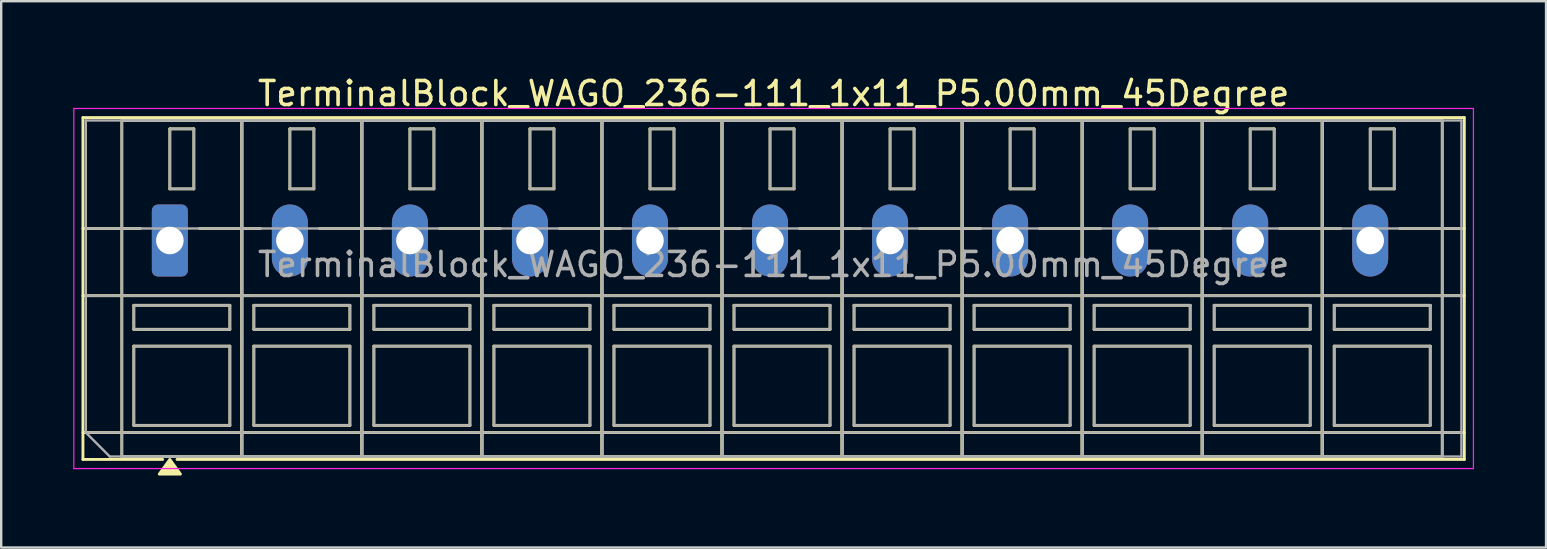
<source format=kicad_pcb>
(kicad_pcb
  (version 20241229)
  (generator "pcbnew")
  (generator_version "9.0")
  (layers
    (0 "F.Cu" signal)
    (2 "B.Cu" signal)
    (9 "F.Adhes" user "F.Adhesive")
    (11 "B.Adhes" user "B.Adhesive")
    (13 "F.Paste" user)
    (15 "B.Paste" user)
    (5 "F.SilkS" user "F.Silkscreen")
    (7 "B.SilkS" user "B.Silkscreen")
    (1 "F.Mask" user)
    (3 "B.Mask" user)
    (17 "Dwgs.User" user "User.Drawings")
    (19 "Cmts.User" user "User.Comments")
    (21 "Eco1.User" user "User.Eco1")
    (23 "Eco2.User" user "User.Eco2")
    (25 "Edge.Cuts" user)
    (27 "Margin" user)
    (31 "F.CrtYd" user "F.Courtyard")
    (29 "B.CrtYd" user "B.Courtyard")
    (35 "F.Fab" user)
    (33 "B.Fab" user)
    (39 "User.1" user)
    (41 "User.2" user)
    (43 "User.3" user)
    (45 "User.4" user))
  (footprint "TerminalBlock_WAGO_236-111_1x11_P5.00mm_45Degree"
    (layer "F.Cu")
    (at 4.025 6.968)
    (property "Reference" "TerminalBlock_WAGO_236-111_1x11_P5.00mm_45Degree" (at 25.15 -6.12 0) (layer "F.SilkS") (effects (font (size 1 1) (thickness 0.15))))
    (attr through_hole)
    (fp_line (start -3.62 -5.12) (end 53.92 -5.12) (stroke (width 0.12) (type solid)) (layer "F.SilkS"))
    (fp_line (start -3.62 -0.5) (end -1.23 -0.5) (stroke (width 0.12) (type solid)) (layer "F.SilkS"))
    (fp_line (start -3.62 2.3) (end 53.92 2.3) (stroke (width 0.12) (type solid)) (layer "F.SilkS"))
    (fp_line (start -3.62 8) (end 53.92 8) (stroke (width 0.12) (type solid)) (layer "F.SilkS"))
    (fp_line (start -3.62 9.12) (end -3.62 -5.12) (stroke (width 0.12) (type solid)) (layer "F.SilkS"))
    (fp_line (start -2 -5) (end 3 -5) (stroke (width 0.12) (type solid)) (layer "F.SilkS"))
    (fp_line (start -2 9) (end -2 -5) (stroke (width 0.12) (type solid)) (layer "F.SilkS"))
    (fp_line (start -1.5 2.7) (end 2.5 2.7) (stroke (width 0.12) (type solid)) (layer "F.SilkS"))
    (fp_line (start -1.5 3.7) (end -1.5 2.7) (stroke (width 0.12) (type solid)) (layer "F.SilkS"))
    (fp_line (start -1.5 4.4) (end 2.5 4.4) (stroke (width 0.12) (type solid)) (layer "F.SilkS"))
    (fp_line (start -1.5 7.7) (end -1.5 4.4) (stroke (width 0.12) (type solid)) (layer "F.SilkS"))
    (fp_line (start -0.3 9.12) (end -3.62 9.12) (stroke (width 0.12) (type solid)) (layer "F.SilkS"))
    (fp_line (start 0 -4.65) (end 1 -4.65) (stroke (width 0.12) (type solid)) (layer "F.SilkS"))
    (fp_line (start 0 -2.15) (end 0 -4.65) (stroke (width 0.12) (type solid)) (layer "F.SilkS"))
    (fp_line (start 1 -4.65) (end 1 -2.15) (stroke (width 0.12) (type solid)) (layer "F.SilkS"))
    (fp_line (start 1 -2.15) (end 0 -2.15) (stroke (width 0.12) (type solid)) (layer "F.SilkS"))
    (fp_line (start 1.23 -0.5) (end 3.77 -0.5) (stroke (width 0.12) (type solid)) (layer "F.SilkS"))
    (fp_line (start 2.5 2.7) (end 2.5 3.7) (stroke (width 0.12) (type solid)) (layer "F.SilkS"))
    (fp_line (start 2.5 3.7) (end -1.5 3.7) (stroke (width 0.12) (type solid)) (layer "F.SilkS"))
    (fp_line (start 2.5 4.4) (end 2.5 7.7) (stroke (width 0.12) (type solid)) (layer "F.SilkS"))
    (fp_line (start 2.5 7.7) (end -1.5 7.7) (stroke (width 0.12) (type solid)) (layer "F.SilkS"))
    (fp_line (start 3 -5) (end 3 9) (stroke (width 0.12) (type solid)) (layer "F.SilkS"))
    (fp_line (start 3 -5) (end 8 -5) (stroke (width 0.12) (type solid)) (layer "F.SilkS"))
    (fp_line (start 3 9) (end -2 9) (stroke (width 0.12) (type solid)) (layer "F.SilkS"))
    (fp_line (start 3 9) (end 3 -5) (stroke (width 0.12) (type solid)) (layer "F.SilkS"))
    (fp_line (start 3.5 2.7) (end 7.5 2.7) (stroke (width 0.12) (type solid)) (layer "F.SilkS"))
    (fp_line (start 3.5 3.7) (end 3.5 2.7) (stroke (width 0.12) (type solid)) (layer "F.SilkS"))
    (fp_line (start 3.5 4.4) (end 7.5 4.4) (stroke (width 0.12) (type solid)) (layer "F.SilkS"))
    (fp_line (start 3.5 7.7) (end 3.5 4.4) (stroke (width 0.12) (type solid)) (layer "F.SilkS"))
    (fp_line (start 5 -4.65) (end 6 -4.65) (stroke (width 0.12) (type solid)) (layer "F.SilkS"))
    (fp_line (start 5 -2.15) (end 5 -4.65) (stroke (width 0.12) (type solid)) (layer "F.SilkS"))
    (fp_line (start 6 -4.65) (end 6 -2.15) (stroke (width 0.12) (type solid)) (layer "F.SilkS"))
    (fp_line (start 6 -2.15) (end 5 -2.15) (stroke (width 0.12) (type solid)) (layer "F.SilkS"))
    (fp_line (start 6.23 -0.5) (end 8.77 -0.5) (stroke (width 0.12) (type solid)) (layer "F.SilkS"))
    (fp_line (start 7.5 2.7) (end 7.5 3.7) (stroke (width 0.12) (type solid)) (layer "F.SilkS"))
    (fp_line (start 7.5 3.7) (end 3.5 3.7) (stroke (width 0.12) (type solid)) (layer "F.SilkS"))
    (fp_line (start 7.5 4.4) (end 7.5 7.7) (stroke (width 0.12) (type solid)) (layer "F.SilkS"))
    (fp_line (start 7.5 7.7) (end 3.5 7.7) (stroke (width 0.12) (type solid)) (layer "F.SilkS"))
    (fp_line (start 8 -5) (end 8 9) (stroke (width 0.12) (type solid)) (layer "F.SilkS"))
    (fp_line (start 8 -5) (end 13 -5) (stroke (width 0.12) (type solid)) (layer "F.SilkS"))
    (fp_line (start 8 9) (end 3 9) (stroke (width 0.12) (type solid)) (layer "F.SilkS"))
    (fp_line (start 8 9) (end 8 -5) (stroke (width 0.12) (type solid)) (layer "F.SilkS"))
    (fp_line (start 8.5 2.7) (end 12.5 2.7) (stroke (width 0.12) (type solid)) (layer "F.SilkS"))
    (fp_line (start 8.5 3.7) (end 8.5 2.7) (stroke (width 0.12) (type solid)) (layer "F.SilkS"))
    (fp_line (start 8.5 4.4) (end 12.5 4.4) (stroke (width 0.12) (type solid)) (layer "F.SilkS"))
    (fp_line (start 8.5 7.7) (end 8.5 4.4) (stroke (width 0.12) (type solid)) (layer "F.SilkS"))
    (fp_line (start 10 -4.65) (end 11 -4.65) (stroke (width 0.12) (type solid)) (layer "F.SilkS"))
    (fp_line (start 10 -2.15) (end 10 -4.65) (stroke (width 0.12) (type solid)) (layer "F.SilkS"))
    (fp_line (start 11 -4.65) (end 11 -2.15) (stroke (width 0.12) (type solid)) (layer "F.SilkS"))
    (fp_line (start 11 -2.15) (end 10 -2.15) (stroke (width 0.12) (type solid)) (layer "F.SilkS"))
    (fp_line (start 11.23 -0.5) (end 13.77 -0.5) (stroke (width 0.12) (type solid)) (layer "F.SilkS"))
    (fp_line (start 12.5 2.7) (end 12.5 3.7) (stroke (width 0.12) (type solid)) (layer "F.SilkS"))
    (fp_line (start 12.5 3.7) (end 8.5 3.7) (stroke (width 0.12) (type solid)) (layer "F.SilkS"))
    (fp_line (start 12.5 4.4) (end 12.5 7.7) (stroke (width 0.12) (type solid)) (layer "F.SilkS"))
    (fp_line (start 12.5 7.7) (end 8.5 7.7) (stroke (width 0.12) (type solid)) (layer "F.SilkS"))
    (fp_line (start 13 -5) (end 13 9) (stroke (width 0.12) (type solid)) (layer "F.SilkS"))
    (fp_line (start 13 -5) (end 18 -5) (stroke (width 0.12) (type solid)) (layer "F.SilkS"))
    (fp_line (start 13 9) (end 8 9) (stroke (width 0.12) (type solid)) (layer "F.SilkS"))
    (fp_line (start 13 9) (end 13 -5) (stroke (width 0.12) (type solid)) (layer "F.SilkS"))
    (fp_line (start 13.5 2.7) (end 17.5 2.7) (stroke (width 0.12) (type solid)) (layer "F.SilkS"))
    (fp_line (start 13.5 3.7) (end 13.5 2.7) (stroke (width 0.12) (type solid)) (layer "F.SilkS"))
    (fp_line (start 13.5 4.4) (end 17.5 4.4) (stroke (width 0.12) (type solid)) (layer "F.SilkS"))
    (fp_line (start 13.5 7.7) (end 13.5 4.4) (stroke (width 0.12) (type solid)) (layer "F.SilkS"))
    (fp_line (start 15 -4.65) (end 16 -4.65) (stroke (width 0.12) (type solid)) (layer "F.SilkS"))
    (fp_line (start 15 -2.15) (end 15 -4.65) (stroke (width 0.12) (type solid)) (layer "F.SilkS"))
    (fp_line (start 16 -4.65) (end 16 -2.15) (stroke (width 0.12) (type solid)) (layer "F.SilkS"))
    (fp_line (start 16 -2.15) (end 15 -2.15) (stroke (width 0.12) (type solid)) (layer "F.SilkS"))
    (fp_line (start 16.23 -0.5) (end 18.77 -0.5) (stroke (width 0.12) (type solid)) (layer "F.SilkS"))
    (fp_line (start 17.5 2.7) (end 17.5 3.7) (stroke (width 0.12) (type solid)) (layer "F.SilkS"))
    (fp_line (start 17.5 3.7) (end 13.5 3.7) (stroke (width 0.12) (type solid)) (layer "F.SilkS"))
    (fp_line (start 17.5 4.4) (end 17.5 7.7) (stroke (width 0.12) (type solid)) (layer "F.SilkS"))
    (fp_line (start 17.5 7.7) (end 13.5 7.7) (stroke (width 0.12) (type solid)) (layer "F.SilkS"))
    (fp_line (start 18 -5) (end 18 9) (stroke (width 0.12) (type solid)) (layer "F.SilkS"))
    (fp_line (start 18 -5) (end 23 -5) (stroke (width 0.12) (type solid)) (layer "F.SilkS"))
    (fp_line (start 18 9) (end 13 9) (stroke (width 0.12) (type solid)) (layer "F.SilkS"))
    (fp_line (start 18 9) (end 18 -5) (stroke (width 0.12) (type solid)) (layer "F.SilkS"))
    (fp_line (start 18.5 2.7) (end 22.5 2.7) (stroke (width 0.12) (type solid)) (layer "F.SilkS"))
    (fp_line (start 18.5 3.7) (end 18.5 2.7) (stroke (width 0.12) (type solid)) (layer "F.SilkS"))
    (fp_line (start 18.5 4.4) (end 22.5 4.4) (stroke (width 0.12) (type solid)) (layer "F.SilkS"))
    (fp_line (start 18.5 7.7) (end 18.5 4.4) (stroke (width 0.12) (type solid)) (layer "F.SilkS"))
    (fp_line (start 20 -4.65) (end 21 -4.65) (stroke (width 0.12) (type solid)) (layer "F.SilkS"))
    (fp_line (start 20 -2.15) (end 20 -4.65) (stroke (width 0.12) (type solid)) (layer "F.SilkS"))
    (fp_line (start 21 -4.65) (end 21 -2.15) (stroke (width 0.12) (type solid)) (layer "F.SilkS"))
    (fp_line (start 21 -2.15) (end 20 -2.15) (stroke (width 0.12) (type solid)) (layer "F.SilkS"))
    (fp_line (start 21.23 -0.5) (end 23.77 -0.5) (stroke (width 0.12) (type solid)) (layer "F.SilkS"))
    (fp_line (start 22.5 2.7) (end 22.5 3.7) (stroke (width 0.12) (type solid)) (layer "F.SilkS"))
    (fp_line (start 22.5 3.7) (end 18.5 3.7) (stroke (width 0.12) (type solid)) (layer "F.SilkS"))
    (fp_line (start 22.5 4.4) (end 22.5 7.7) (stroke (width 0.12) (type solid)) (layer "F.SilkS"))
    (fp_line (start 22.5 7.7) (end 18.5 7.7) (stroke (width 0.12) (type solid)) (layer "F.SilkS"))
    (fp_line (start 23 -5) (end 23 9) (stroke (width 0.12) (type solid)) (layer "F.SilkS"))
    (fp_line (start 23 -5) (end 28 -5) (stroke (width 0.12) (type solid)) (layer "F.SilkS"))
    (fp_line (start 23 9) (end 18 9) (stroke (width 0.12) (type solid)) (layer "F.SilkS"))
    (fp_line (start 23 9) (end 23 -5) (stroke (width 0.12) (type solid)) (layer "F.SilkS"))
    (fp_line (start 23.5 2.7) (end 27.5 2.7) (stroke (width 0.12) (type solid)) (layer "F.SilkS"))
    (fp_line (start 23.5 3.7) (end 23.5 2.7) (stroke (width 0.12) (type solid)) (layer "F.SilkS"))
    (fp_line (start 23.5 4.4) (end 27.5 4.4) (stroke (width 0.12) (type solid)) (layer "F.SilkS"))
    (fp_line (start 23.5 7.7) (end 23.5 4.4) (stroke (width 0.12) (type solid)) (layer "F.SilkS"))
    (fp_line (start 25 -4.65) (end 26 -4.65) (stroke (width 0.12) (type solid)) (layer "F.SilkS"))
    (fp_line (start 25 -2.15) (end 25 -4.65) (stroke (width 0.12) (type solid)) (layer "F.SilkS"))
    (fp_line (start 26 -4.65) (end 26 -2.15) (stroke (width 0.12) (type solid)) (layer "F.SilkS"))
    (fp_line (start 26 -2.15) (end 25 -2.15) (stroke (width 0.12) (type solid)) (layer "F.SilkS"))
    (fp_line (start 26.23 -0.5) (end 28.77 -0.5) (stroke (width 0.12) (type solid)) (layer "F.SilkS"))
    (fp_line (start 27.5 2.7) (end 27.5 3.7) (stroke (width 0.12) (type solid)) (layer "F.SilkS"))
    (fp_line (start 27.5 3.7) (end 23.5 3.7) (stroke (width 0.12) (type solid)) (layer "F.SilkS"))
    (fp_line (start 27.5 4.4) (end 27.5 7.7) (stroke (width 0.12) (type solid)) (layer "F.SilkS"))
    (fp_line (start 27.5 7.7) (end 23.5 7.7) (stroke (width 0.12) (type solid)) (layer "F.SilkS"))
    (fp_line (start 28 -5) (end 28 9) (stroke (width 0.12) (type solid)) (layer "F.SilkS"))
    (fp_line (start 28 -5) (end 33 -5) (stroke (width 0.12) (type solid)) (layer "F.SilkS"))
    (fp_line (start 28 9) (end 23 9) (stroke (width 0.12) (type solid)) (layer "F.SilkS"))
    (fp_line (start 28 9) (end 28 -5) (stroke (width 0.12) (type solid)) (layer "F.SilkS"))
    (fp_line (start 28.5 2.7) (end 32.5 2.7) (stroke (width 0.12) (type solid)) (layer "F.SilkS"))
    (fp_line (start 28.5 3.7) (end 28.5 2.7) (stroke (width 0.12) (type solid)) (layer "F.SilkS"))
    (fp_line (start 28.5 4.4) (end 32.5 4.4) (stroke (width 0.12) (type solid)) (layer "F.SilkS"))
    (fp_line (start 28.5 7.7) (end 28.5 4.4) (stroke (width 0.12) (type solid)) (layer "F.SilkS"))
    (fp_line (start 30 -4.65) (end 31 -4.65) (stroke (width 0.12) (type solid)) (layer "F.SilkS"))
    (fp_line (start 30 -2.15) (end 30 -4.65) (stroke (width 0.12) (type solid)) (layer "F.SilkS"))
    (fp_line (start 31 -4.65) (end 31 -2.15) (stroke (width 0.12) (type solid)) (layer "F.SilkS"))
    (fp_line (start 31 -2.15) (end 30 -2.15) (stroke (width 0.12) (type solid)) (layer "F.SilkS"))
    (fp_line (start 31.23 -0.5) (end 33.77 -0.5) (stroke (width 0.12) (type solid)) (layer "F.SilkS"))
    (fp_line (start 32.5 2.7) (end 32.5 3.7) (stroke (width 0.12) (type solid)) (layer "F.SilkS"))
    (fp_line (start 32.5 3.7) (end 28.5 3.7) (stroke (width 0.12) (type solid)) (layer "F.SilkS"))
    (fp_line (start 32.5 4.4) (end 32.5 7.7) (stroke (width 0.12) (type solid)) (layer "F.SilkS"))
    (fp_line (start 32.5 7.7) (end 28.5 7.7) (stroke (width 0.12) (type solid)) (layer "F.SilkS"))
    (fp_line (start 33 -5) (end 33 9) (stroke (width 0.12) (type solid)) (layer "F.SilkS"))
    (fp_line (start 33 -5) (end 38 -5) (stroke (width 0.12) (type solid)) (layer "F.SilkS"))
    (fp_line (start 33 9) (end 28 9) (stroke (width 0.12) (type solid)) (layer "F.SilkS"))
    (fp_line (start 33 9) (end 33 -5) (stroke (width 0.12) (type solid)) (layer "F.SilkS"))
    (fp_line (start 33.5 2.7) (end 37.5 2.7) (stroke (width 0.12) (type solid)) (layer "F.SilkS"))
    (fp_line (start 33.5 3.7) (end 33.5 2.7) (stroke (width 0.12) (type solid)) (layer "F.SilkS"))
    (fp_line (start 33.5 4.4) (end 37.5 4.4) (stroke (width 0.12) (type solid)) (layer "F.SilkS"))
    (fp_line (start 33.5 7.7) (end 33.5 4.4) (stroke (width 0.12) (type solid)) (layer "F.SilkS"))
    (fp_line (start 35 -4.65) (end 36 -4.65) (stroke (width 0.12) (type solid)) (layer "F.SilkS"))
    (fp_line (start 35 -2.15) (end 35 -4.65) (stroke (width 0.12) (type solid)) (layer "F.SilkS"))
    (fp_line (start 36 -4.65) (end 36 -2.15) (stroke (width 0.12) (type solid)) (layer "F.SilkS"))
    (fp_line (start 36 -2.15) (end 35 -2.15) (stroke (width 0.12) (type solid)) (layer "F.SilkS"))
    (fp_line (start 36.23 -0.5) (end 38.77 -0.5) (stroke (width 0.12) (type solid)) (layer "F.SilkS"))
    (fp_line (start 37.5 2.7) (end 37.5 3.7) (stroke (width 0.12) (type solid)) (layer "F.SilkS"))
    (fp_line (start 37.5 3.7) (end 33.5 3.7) (stroke (width 0.12) (type solid)) (layer "F.SilkS"))
    (fp_line (start 37.5 4.4) (end 37.5 7.7) (stroke (width 0.12) (type solid)) (layer "F.SilkS"))
    (fp_line (start 37.5 7.7) (end 33.5 7.7) (stroke (width 0.12) (type solid)) (layer "F.SilkS"))
    (fp_line (start 38 -5) (end 38 9) (stroke (width 0.12) (type solid)) (layer "F.SilkS"))
    (fp_line (start 38 -5) (end 43 -5) (stroke (width 0.12) (type solid)) (layer "F.SilkS"))
    (fp_line (start 38 9) (end 33 9) (stroke (width 0.12) (type solid)) (layer "F.SilkS"))
    (fp_line (start 38 9) (end 38 -5) (stroke (width 0.12) (type solid)) (layer "F.SilkS"))
    (fp_line (start 38.5 2.7) (end 42.5 2.7) (stroke (width 0.12) (type solid)) (layer "F.SilkS"))
    (fp_line (start 38.5 3.7) (end 38.5 2.7) (stroke (width 0.12) (type solid)) (layer "F.SilkS"))
    (fp_line (start 38.5 4.4) (end 42.5 4.4) (stroke (width 0.12) (type solid)) (layer "F.SilkS"))
    (fp_line (start 38.5 7.7) (end 38.5 4.4) (stroke (width 0.12) (type solid)) (layer "F.SilkS"))
    (fp_line (start 40 -4.65) (end 41 -4.65) (stroke (width 0.12) (type solid)) (layer "F.SilkS"))
    (fp_line (start 40 -2.15) (end 40 -4.65) (stroke (width 0.12) (type solid)) (layer "F.SilkS"))
    (fp_line (start 41 -4.65) (end 41 -2.15) (stroke (width 0.12) (type solid)) (layer "F.SilkS"))
    (fp_line (start 41 -2.15) (end 40 -2.15) (stroke (width 0.12) (type solid)) (layer "F.SilkS"))
    (fp_line (start 41.23 -0.5) (end 43.77 -0.5) (stroke (width 0.12) (type solid)) (layer "F.SilkS"))
    (fp_line (start 42.5 2.7) (end 42.5 3.7) (stroke (width 0.12) (type solid)) (layer "F.SilkS"))
    (fp_line (start 42.5 3.7) (end 38.5 3.7) (stroke (width 0.12) (type solid)) (layer "F.SilkS"))
    (fp_line (start 42.5 4.4) (end 42.5 7.7) (stroke (width 0.12) (type solid)) (layer "F.SilkS"))
    (fp_line (start 42.5 7.7) (end 38.5 7.7) (stroke (width 0.12) (type solid)) (layer "F.SilkS"))
    (fp_line (start 43 -5) (end 43 9) (stroke (width 0.12) (type solid)) (layer "F.SilkS"))
    (fp_line (start 43 -5) (end 48 -5) (stroke (width 0.12) (type solid)) (layer "F.SilkS"))
    (fp_line (start 43 9) (end 38 9) (stroke (width 0.12) (type solid)) (layer "F.SilkS"))
    (fp_line (start 43 9) (end 43 -5) (stroke (width 0.12) (type solid)) (layer "F.SilkS"))
    (fp_line (start 43.5 2.7) (end 47.5 2.7) (stroke (width 0.12) (type solid)) (layer "F.SilkS"))
    (fp_line (start 43.5 3.7) (end 43.5 2.7) (stroke (width 0.12) (type solid)) (layer "F.SilkS"))
    (fp_line (start 43.5 4.4) (end 47.5 4.4) (stroke (width 0.12) (type solid)) (layer "F.SilkS"))
    (fp_line (start 43.5 7.7) (end 43.5 4.4) (stroke (width 0.12) (type solid)) (layer "F.SilkS"))
    (fp_line (start 45 -4.65) (end 46 -4.65) (stroke (width 0.12) (type solid)) (layer "F.SilkS"))
    (fp_line (start 45 -2.15) (end 45 -4.65) (stroke (width 0.12) (type solid)) (layer "F.SilkS"))
    (fp_line (start 46 -4.65) (end 46 -2.15) (stroke (width 0.12) (type solid)) (layer "F.SilkS"))
    (fp_line (start 46 -2.15) (end 45 -2.15) (stroke (width 0.12) (type solid)) (layer "F.SilkS"))
    (fp_line (start 46.23 -0.5) (end 48.77 -0.5) (stroke (width 0.12) (type solid)) (layer "F.SilkS"))
    (fp_line (start 47.5 2.7) (end 47.5 3.7) (stroke (width 0.12) (type solid)) (layer "F.SilkS"))
    (fp_line (start 47.5 3.7) (end 43.5 3.7) (stroke (width 0.12) (type solid)) (layer "F.SilkS"))
    (fp_line (start 47.5 4.4) (end 47.5 7.7) (stroke (width 0.12) (type solid)) (layer "F.SilkS"))
    (fp_line (start 47.5 7.7) (end 43.5 7.7) (stroke (width 0.12) (type solid)) (layer "F.SilkS"))
    (fp_line (start 48 -5) (end 48 9) (stroke (width 0.12) (type solid)) (layer "F.SilkS"))
    (fp_line (start 48 -5) (end 53 -5) (stroke (width 0.12) (type solid)) (layer "F.SilkS"))
    (fp_line (start 48 9) (end 43 9) (stroke (width 0.12) (type solid)) (layer "F.SilkS"))
    (fp_line (start 48 9) (end 48 -5) (stroke (width 0.12) (type solid)) (layer "F.SilkS"))
    (fp_line (start 48.5 2.7) (end 52.5 2.7) (stroke (width 0.12) (type solid)) (layer "F.SilkS"))
    (fp_line (start 48.5 3.7) (end 48.5 2.7) (stroke (width 0.12) (type solid)) (layer "F.SilkS"))
    (fp_line (start 48.5 4.4) (end 52.5 4.4) (stroke (width 0.12) (type solid)) (layer "F.SilkS"))
    (fp_line (start 48.5 7.7) (end 48.5 4.4) (stroke (width 0.12) (type solid)) (layer "F.SilkS"))
    (fp_line (start 50 -4.65) (end 51 -4.65) (stroke (width 0.12) (type solid)) (layer "F.SilkS"))
    (fp_line (start 50 -2.15) (end 50 -4.65) (stroke (width 0.12) (type solid)) (layer "F.SilkS"))
    (fp_line (start 51 -4.65) (end 51 -2.15) (stroke (width 0.12) (type solid)) (layer "F.SilkS"))
    (fp_line (start 51 -2.15) (end 50 -2.15) (stroke (width 0.12) (type solid)) (layer "F.SilkS"))
    (fp_line (start 51.23 -0.5) (end 53.92 -0.5) (stroke (width 0.12) (type solid)) (layer "F.SilkS"))
    (fp_line (start 52.5 2.7) (end 52.5 3.7) (stroke (width 0.12) (type solid)) (layer "F.SilkS"))
    (fp_line (start 52.5 3.7) (end 48.5 3.7) (stroke (width 0.12) (type solid)) (layer "F.SilkS"))
    (fp_line (start 52.5 4.4) (end 52.5 7.7) (stroke (width 0.12) (type solid)) (layer "F.SilkS"))
    (fp_line (start 52.5 7.7) (end 48.5 7.7) (stroke (width 0.12) (type solid)) (layer "F.SilkS"))
    (fp_line (start 53 -5) (end 53 9) (stroke (width 0.12) (type solid)) (layer "F.SilkS"))
    (fp_line (start 53 9) (end 48 9) (stroke (width 0.12) (type solid)) (layer "F.SilkS"))
    (fp_line (start 53.92 -5.12) (end 53.92 9.12) (stroke (width 0.12) (type solid)) (layer "F.SilkS"))
    (fp_line (start 53.92 9.12) (end 0.3 9.12) (stroke (width 0.12) (type solid)) (layer "F.SilkS"))
    (fp_poly (pts (xy 0 9.12) (xy 0.44 9.73) (xy -0.44 9.73)) (stroke (width 0.12) (type solid)) (fill yes) (layer "F.SilkS"))
    (fp_line (start -4 -5.5) (end -4 9.5) (stroke (width 0.05) (type solid)) (layer "F.CrtYd"))
    (fp_line (start -4 9.5) (end 54.3 9.5) (stroke (width 0.05) (type solid)) (layer "F.CrtYd"))
    (fp_line (start 54.3 -5.5) (end -4 -5.5) (stroke (width 0.05) (type solid)) (layer "F.CrtYd"))
    (fp_line (start 54.3 9.5) (end 54.3 -5.5) (stroke (width 0.05) (type solid)) (layer "F.CrtYd"))
    (fp_line (start -3.5 -5) (end 53.8 -5) (stroke (width 0.1) (type solid)) (layer "F.Fab"))
    (fp_line (start -3.5 -0.5) (end 53.8 -0.5) (stroke (width 0.1) (type solid)) (layer "F.Fab"))
    (fp_line (start -3.5 2.3) (end 53.8 2.3) (stroke (width 0.1) (type solid)) (layer "F.Fab"))
    (fp_line (start -3.5 8) (end -3.5 -5) (stroke (width 0.1) (type solid)) (layer "F.Fab"))
    (fp_line (start -3.5 8) (end 53.8 8) (stroke (width 0.1) (type solid)) (layer "F.Fab"))
    (fp_line (start -2.5 9) (end -3.5 8) (stroke (width 0.1) (type solid)) (layer "F.Fab"))
    (fp_line (start -2 -5) (end -2 9) (stroke (width 0.1) (type solid)) (layer "F.Fab"))
    (fp_line (start -2 9) (end 3 9) (stroke (width 0.1) (type solid)) (layer "F.Fab"))
    (fp_line (start -1.5 2.7) (end -1.5 3.7) (stroke (width 0.1) (type solid)) (layer "F.Fab"))
    (fp_line (start -1.5 3.7) (end 2.5 3.7) (stroke (width 0.1) (type solid)) (layer "F.Fab"))
    (fp_line (start -1.5 4.4) (end -1.5 7.7) (stroke (width 0.1) (type solid)) (layer "F.Fab"))
    (fp_line (start -1.5 7.7) (end 2.5 7.7) (stroke (width 0.1) (type solid)) (layer "F.Fab"))
    (fp_line (start 0 -4.65) (end 0 -2.15) (stroke (width 0.1) (type solid)) (layer "F.Fab"))
    (fp_line (start 0 -2.15) (end 1 -2.15) (stroke (width 0.1) (type solid)) (layer "F.Fab"))
    (fp_line (start 1 -4.65) (end 0 -4.65) (stroke (width 0.1) (type solid)) (layer "F.Fab"))
    (fp_line (start 1 -2.15) (end 1 -4.65) (stroke (width 0.1) (type solid)) (layer "F.Fab"))
    (fp_line (start 2.5 2.7) (end -1.5 2.7) (stroke (width 0.1) (type solid)) (layer "F.Fab"))
    (fp_line (start 2.5 3.7) (end 2.5 2.7) (stroke (width 0.1) (type solid)) (layer "F.Fab"))
    (fp_line (start 2.5 4.4) (end -1.5 4.4) (stroke (width 0.1) (type solid)) (layer "F.Fab"))
    (fp_line (start 2.5 7.7) (end 2.5 4.4) (stroke (width 0.1) (type solid)) (layer "F.Fab"))
    (fp_line (start 3 -5) (end -2 -5) (stroke (width 0.1) (type solid)) (layer "F.Fab"))
    (fp_line (start 3 -5) (end 3 9) (stroke (width 0.1) (type solid)) (layer "F.Fab"))
    (fp_line (start 3 9) (end 3 -5) (stroke (width 0.1) (type solid)) (layer "F.Fab"))
    (fp_line (start 3 9) (end 8 9) (stroke (width 0.1) (type solid)) (layer "F.Fab"))
    (fp_line (start 3.5 2.7) (end 3.5 3.7) (stroke (width 0.1) (type solid)) (layer "F.Fab"))
    (fp_line (start 3.5 3.7) (end 7.5 3.7) (stroke (width 0.1) (type solid)) (layer "F.Fab"))
    (fp_line (start 3.5 4.4) (end 3.5 7.7) (stroke (width 0.1) (type solid)) (layer "F.Fab"))
    (fp_line (start 3.5 7.7) (end 7.5 7.7) (stroke (width 0.1) (type solid)) (layer "F.Fab"))
    (fp_line (start 5 -4.65) (end 5 -2.15) (stroke (width 0.1) (type solid)) (layer "F.Fab"))
    (fp_line (start 5 -2.15) (end 6 -2.15) (stroke (width 0.1) (type solid)) (layer "F.Fab"))
    (fp_line (start 6 -4.65) (end 5 -4.65) (stroke (width 0.1) (type solid)) (layer "F.Fab"))
    (fp_line (start 6 -2.15) (end 6 -4.65) (stroke (width 0.1) (type solid)) (layer "F.Fab"))
    (fp_line (start 7.5 2.7) (end 3.5 2.7) (stroke (width 0.1) (type solid)) (layer "F.Fab"))
    (fp_line (start 7.5 3.7) (end 7.5 2.7) (stroke (width 0.1) (type solid)) (layer "F.Fab"))
    (fp_line (start 7.5 4.4) (end 3.5 4.4) (stroke (width 0.1) (type solid)) (layer "F.Fab"))
    (fp_line (start 7.5 7.7) (end 7.5 4.4) (stroke (width 0.1) (type solid)) (layer "F.Fab"))
    (fp_line (start 8 -5) (end 3 -5) (stroke (width 0.1) (type solid)) (layer "F.Fab"))
    (fp_line (start 8 -5) (end 8 9) (stroke (width 0.1) (type solid)) (layer "F.Fab"))
    (fp_line (start 8 9) (end 8 -5) (stroke (width 0.1) (type solid)) (layer "F.Fab"))
    (fp_line (start 8 9) (end 13 9) (stroke (width 0.1) (type solid)) (layer "F.Fab"))
    (fp_line (start 8.5 2.7) (end 8.5 3.7) (stroke (width 0.1) (type solid)) (layer "F.Fab"))
    (fp_line (start 8.5 3.7) (end 12.5 3.7) (stroke (width 0.1) (type solid)) (layer "F.Fab"))
    (fp_line (start 8.5 4.4) (end 8.5 7.7) (stroke (width 0.1) (type solid)) (layer "F.Fab"))
    (fp_line (start 8.5 7.7) (end 12.5 7.7) (stroke (width 0.1) (type solid)) (layer "F.Fab"))
    (fp_line (start 10 -4.65) (end 10 -2.15) (stroke (width 0.1) (type solid)) (layer "F.Fab"))
    (fp_line (start 10 -2.15) (end 11 -2.15) (stroke (width 0.1) (type solid)) (layer "F.Fab"))
    (fp_line (start 11 -4.65) (end 10 -4.65) (stroke (width 0.1) (type solid)) (layer "F.Fab"))
    (fp_line (start 11 -2.15) (end 11 -4.65) (stroke (width 0.1) (type solid)) (layer "F.Fab"))
    (fp_line (start 12.5 2.7) (end 8.5 2.7) (stroke (width 0.1) (type solid)) (layer "F.Fab"))
    (fp_line (start 12.5 3.7) (end 12.5 2.7) (stroke (width 0.1) (type solid)) (layer "F.Fab"))
    (fp_line (start 12.5 4.4) (end 8.5 4.4) (stroke (width 0.1) (type solid)) (layer "F.Fab"))
    (fp_line (start 12.5 7.7) (end 12.5 4.4) (stroke (width 0.1) (type solid)) (layer "F.Fab"))
    (fp_line (start 13 -5) (end 8 -5) (stroke (width 0.1) (type solid)) (layer "F.Fab"))
    (fp_line (start 13 -5) (end 13 9) (stroke (width 0.1) (type solid)) (layer "F.Fab"))
    (fp_line (start 13 9) (end 13 -5) (stroke (width 0.1) (type solid)) (layer "F.Fab"))
    (fp_line (start 13 9) (end 18 9) (stroke (width 0.1) (type solid)) (layer "F.Fab"))
    (fp_line (start 13.5 2.7) (end 13.5 3.7) (stroke (width 0.1) (type solid)) (layer "F.Fab"))
    (fp_line (start 13.5 3.7) (end 17.5 3.7) (stroke (width 0.1) (type solid)) (layer "F.Fab"))
    (fp_line (start 13.5 4.4) (end 13.5 7.7) (stroke (width 0.1) (type solid)) (layer "F.Fab"))
    (fp_line (start 13.5 7.7) (end 17.5 7.7) (stroke (width 0.1) (type solid)) (layer "F.Fab"))
    (fp_line (start 15 -4.65) (end 15 -2.15) (stroke (width 0.1) (type solid)) (layer "F.Fab"))
    (fp_line (start 15 -2.15) (end 16 -2.15) (stroke (width 0.1) (type solid)) (layer "F.Fab"))
    (fp_line (start 16 -4.65) (end 15 -4.65) (stroke (width 0.1) (type solid)) (layer "F.Fab"))
    (fp_line (start 16 -2.15) (end 16 -4.65) (stroke (width 0.1) (type solid)) (layer "F.Fab"))
    (fp_line (start 17.5 2.7) (end 13.5 2.7) (stroke (width 0.1) (type solid)) (layer "F.Fab"))
    (fp_line (start 17.5 3.7) (end 17.5 2.7) (stroke (width 0.1) (type solid)) (layer "F.Fab"))
    (fp_line (start 17.5 4.4) (end 13.5 4.4) (stroke (width 0.1) (type solid)) (layer "F.Fab"))
    (fp_line (start 17.5 7.7) (end 17.5 4.4) (stroke (width 0.1) (type solid)) (layer "F.Fab"))
    (fp_line (start 18 -5) (end 13 -5) (stroke (width 0.1) (type solid)) (layer "F.Fab"))
    (fp_line (start 18 -5) (end 18 9) (stroke (width 0.1) (type solid)) (layer "F.Fab"))
    (fp_line (start 18 9) (end 18 -5) (stroke (width 0.1) (type solid)) (layer "F.Fab"))
    (fp_line (start 18 9) (end 23 9) (stroke (width 0.1) (type solid)) (layer "F.Fab"))
    (fp_line (start 18.5 2.7) (end 18.5 3.7) (stroke (width 0.1) (type solid)) (layer "F.Fab"))
    (fp_line (start 18.5 3.7) (end 22.5 3.7) (stroke (width 0.1) (type solid)) (layer "F.Fab"))
    (fp_line (start 18.5 4.4) (end 18.5 7.7) (stroke (width 0.1) (type solid)) (layer "F.Fab"))
    (fp_line (start 18.5 7.7) (end 22.5 7.7) (stroke (width 0.1) (type solid)) (layer "F.Fab"))
    (fp_line (start 20 -4.65) (end 20 -2.15) (stroke (width 0.1) (type solid)) (layer "F.Fab"))
    (fp_line (start 20 -2.15) (end 21 -2.15) (stroke (width 0.1) (type solid)) (layer "F.Fab"))
    (fp_line (start 21 -4.65) (end 20 -4.65) (stroke (width 0.1) (type solid)) (layer "F.Fab"))
    (fp_line (start 21 -2.15) (end 21 -4.65) (stroke (width 0.1) (type solid)) (layer "F.Fab"))
    (fp_line (start 22.5 2.7) (end 18.5 2.7) (stroke (width 0.1) (type solid)) (layer "F.Fab"))
    (fp_line (start 22.5 3.7) (end 22.5 2.7) (stroke (width 0.1) (type solid)) (layer "F.Fab"))
    (fp_line (start 22.5 4.4) (end 18.5 4.4) (stroke (width 0.1) (type solid)) (layer "F.Fab"))
    (fp_line (start 22.5 7.7) (end 22.5 4.4) (stroke (width 0.1) (type solid)) (layer "F.Fab"))
    (fp_line (start 23 -5) (end 18 -5) (stroke (width 0.1) (type solid)) (layer "F.Fab"))
    (fp_line (start 23 -5) (end 23 9) (stroke (width 0.1) (type solid)) (layer "F.Fab"))
    (fp_line (start 23 9) (end 23 -5) (stroke (width 0.1) (type solid)) (layer "F.Fab"))
    (fp_line (start 23 9) (end 28 9) (stroke (width 0.1) (type solid)) (layer "F.Fab"))
    (fp_line (start 23.5 2.7) (end 23.5 3.7) (stroke (width 0.1) (type solid)) (layer "F.Fab"))
    (fp_line (start 23.5 3.7) (end 27.5 3.7) (stroke (width 0.1) (type solid)) (layer "F.Fab"))
    (fp_line (start 23.5 4.4) (end 23.5 7.7) (stroke (width 0.1) (type solid)) (layer "F.Fab"))
    (fp_line (start 23.5 7.7) (end 27.5 7.7) (stroke (width 0.1) (type solid)) (layer "F.Fab"))
    (fp_line (start 25 -4.65) (end 25 -2.15) (stroke (width 0.1) (type solid)) (layer "F.Fab"))
    (fp_line (start 25 -2.15) (end 26 -2.15) (stroke (width 0.1) (type solid)) (layer "F.Fab"))
    (fp_line (start 26 -4.65) (end 25 -4.65) (stroke (width 0.1) (type solid)) (layer "F.Fab"))
    (fp_line (start 26 -2.15) (end 26 -4.65) (stroke (width 0.1) (type solid)) (layer "F.Fab"))
    (fp_line (start 27.5 2.7) (end 23.5 2.7) (stroke (width 0.1) (type solid)) (layer "F.Fab"))
    (fp_line (start 27.5 3.7) (end 27.5 2.7) (stroke (width 0.1) (type solid)) (layer "F.Fab"))
    (fp_line (start 27.5 4.4) (end 23.5 4.4) (stroke (width 0.1) (type solid)) (layer "F.Fab"))
    (fp_line (start 27.5 7.7) (end 27.5 4.4) (stroke (width 0.1) (type solid)) (layer "F.Fab"))
    (fp_line (start 28 -5) (end 23 -5) (stroke (width 0.1) (type solid)) (layer "F.Fab"))
    (fp_line (start 28 -5) (end 28 9) (stroke (width 0.1) (type solid)) (layer "F.Fab"))
    (fp_line (start 28 9) (end 28 -5) (stroke (width 0.1) (type solid)) (layer "F.Fab"))
    (fp_line (start 28 9) (end 33 9) (stroke (width 0.1) (type solid)) (layer "F.Fab"))
    (fp_line (start 28.5 2.7) (end 28.5 3.7) (stroke (width 0.1) (type solid)) (layer "F.Fab"))
    (fp_line (start 28.5 3.7) (end 32.5 3.7) (stroke (width 0.1) (type solid)) (layer "F.Fab"))
    (fp_line (start 28.5 4.4) (end 28.5 7.7) (stroke (width 0.1) (type solid)) (layer "F.Fab"))
    (fp_line (start 28.5 7.7) (end 32.5 7.7) (stroke (width 0.1) (type solid)) (layer "F.Fab"))
    (fp_line (start 30 -4.65) (end 30 -2.15) (stroke (width 0.1) (type solid)) (layer "F.Fab"))
    (fp_line (start 30 -2.15) (end 31 -2.15) (stroke (width 0.1) (type solid)) (layer "F.Fab"))
    (fp_line (start 31 -4.65) (end 30 -4.65) (stroke (width 0.1) (type solid)) (layer "F.Fab"))
    (fp_line (start 31 -2.15) (end 31 -4.65) (stroke (width 0.1) (type solid)) (layer "F.Fab"))
    (fp_line (start 32.5 2.7) (end 28.5 2.7) (stroke (width 0.1) (type solid)) (layer "F.Fab"))
    (fp_line (start 32.5 3.7) (end 32.5 2.7) (stroke (width 0.1) (type solid)) (layer "F.Fab"))
    (fp_line (start 32.5 4.4) (end 28.5 4.4) (stroke (width 0.1) (type solid)) (layer "F.Fab"))
    (fp_line (start 32.5 7.7) (end 32.5 4.4) (stroke (width 0.1) (type solid)) (layer "F.Fab"))
    (fp_line (start 33 -5) (end 28 -5) (stroke (width 0.1) (type solid)) (layer "F.Fab"))
    (fp_line (start 33 -5) (end 33 9) (stroke (width 0.1) (type solid)) (layer "F.Fab"))
    (fp_line (start 33 9) (end 33 -5) (stroke (width 0.1) (type solid)) (layer "F.Fab"))
    (fp_line (start 33 9) (end 38 9) (stroke (width 0.1) (type solid)) (layer "F.Fab"))
    (fp_line (start 33.5 2.7) (end 33.5 3.7) (stroke (width 0.1) (type solid)) (layer "F.Fab"))
    (fp_line (start 33.5 3.7) (end 37.5 3.7) (stroke (width 0.1) (type solid)) (layer "F.Fab"))
    (fp_line (start 33.5 4.4) (end 33.5 7.7) (stroke (width 0.1) (type solid)) (layer "F.Fab"))
    (fp_line (start 33.5 7.7) (end 37.5 7.7) (stroke (width 0.1) (type solid)) (layer "F.Fab"))
    (fp_line (start 35 -4.65) (end 35 -2.15) (stroke (width 0.1) (type solid)) (layer "F.Fab"))
    (fp_line (start 35 -2.15) (end 36 -2.15) (stroke (width 0.1) (type solid)) (layer "F.Fab"))
    (fp_line (start 36 -4.65) (end 35 -4.65) (stroke (width 0.1) (type solid)) (layer "F.Fab"))
    (fp_line (start 36 -2.15) (end 36 -4.65) (stroke (width 0.1) (type solid)) (layer "F.Fab"))
    (fp_line (start 37.5 2.7) (end 33.5 2.7) (stroke (width 0.1) (type solid)) (layer "F.Fab"))
    (fp_line (start 37.5 3.7) (end 37.5 2.7) (stroke (width 0.1) (type solid)) (layer "F.Fab"))
    (fp_line (start 37.5 4.4) (end 33.5 4.4) (stroke (width 0.1) (type solid)) (layer "F.Fab"))
    (fp_line (start 37.5 7.7) (end 37.5 4.4) (stroke (width 0.1) (type solid)) (layer "F.Fab"))
    (fp_line (start 38 -5) (end 33 -5) (stroke (width 0.1) (type solid)) (layer "F.Fab"))
    (fp_line (start 38 -5) (end 38 9) (stroke (width 0.1) (type solid)) (layer "F.Fab"))
    (fp_line (start 38 9) (end 38 -5) (stroke (width 0.1) (type solid)) (layer "F.Fab"))
    (fp_line (start 38 9) (end 43 9) (stroke (width 0.1) (type solid)) (layer "F.Fab"))
    (fp_line (start 38.5 2.7) (end 38.5 3.7) (stroke (width 0.1) (type solid)) (layer "F.Fab"))
    (fp_line (start 38.5 3.7) (end 42.5 3.7) (stroke (width 0.1) (type solid)) (layer "F.Fab"))
    (fp_line (start 38.5 4.4) (end 38.5 7.7) (stroke (width 0.1) (type solid)) (layer "F.Fab"))
    (fp_line (start 38.5 7.7) (end 42.5 7.7) (stroke (width 0.1) (type solid)) (layer "F.Fab"))
    (fp_line (start 40 -4.65) (end 40 -2.15) (stroke (width 0.1) (type solid)) (layer "F.Fab"))
    (fp_line (start 40 -2.15) (end 41 -2.15) (stroke (width 0.1) (type solid)) (layer "F.Fab"))
    (fp_line (start 41 -4.65) (end 40 -4.65) (stroke (width 0.1) (type solid)) (layer "F.Fab"))
    (fp_line (start 41 -2.15) (end 41 -4.65) (stroke (width 0.1) (type solid)) (layer "F.Fab"))
    (fp_line (start 42.5 2.7) (end 38.5 2.7) (stroke (width 0.1) (type solid)) (layer "F.Fab"))
    (fp_line (start 42.5 3.7) (end 42.5 2.7) (stroke (width 0.1) (type solid)) (layer "F.Fab"))
    (fp_line (start 42.5 4.4) (end 38.5 4.4) (stroke (width 0.1) (type solid)) (layer "F.Fab"))
    (fp_line (start 42.5 7.7) (end 42.5 4.4) (stroke (width 0.1) (type solid)) (layer "F.Fab"))
    (fp_line (start 43 -5) (end 38 -5) (stroke (width 0.1) (type solid)) (layer "F.Fab"))
    (fp_line (start 43 -5) (end 43 9) (stroke (width 0.1) (type solid)) (layer "F.Fab"))
    (fp_line (start 43 9) (end 43 -5) (stroke (width 0.1) (type solid)) (layer "F.Fab"))
    (fp_line (start 43 9) (end 48 9) (stroke (width 0.1) (type solid)) (layer "F.Fab"))
    (fp_line (start 43.5 2.7) (end 43.5 3.7) (stroke (width 0.1) (type solid)) (layer "F.Fab"))
    (fp_line (start 43.5 3.7) (end 47.5 3.7) (stroke (width 0.1) (type solid)) (layer "F.Fab"))
    (fp_line (start 43.5 4.4) (end 43.5 7.7) (stroke (width 0.1) (type solid)) (layer "F.Fab"))
    (fp_line (start 43.5 7.7) (end 47.5 7.7) (stroke (width 0.1) (type solid)) (layer "F.Fab"))
    (fp_line (start 45 -4.65) (end 45 -2.15) (stroke (width 0.1) (type solid)) (layer "F.Fab"))
    (fp_line (start 45 -2.15) (end 46 -2.15) (stroke (width 0.1) (type solid)) (layer "F.Fab"))
    (fp_line (start 46 -4.65) (end 45 -4.65) (stroke (width 0.1) (type solid)) (layer "F.Fab"))
    (fp_line (start 46 -2.15) (end 46 -4.65) (stroke (width 0.1) (type solid)) (layer "F.Fab"))
    (fp_line (start 47.5 2.7) (end 43.5 2.7) (stroke (width 0.1) (type solid)) (layer "F.Fab"))
    (fp_line (start 47.5 3.7) (end 47.5 2.7) (stroke (width 0.1) (type solid)) (layer "F.Fab"))
    (fp_line (start 47.5 4.4) (end 43.5 4.4) (stroke (width 0.1) (type solid)) (layer "F.Fab"))
    (fp_line (start 47.5 7.7) (end 47.5 4.4) (stroke (width 0.1) (type solid)) (layer "F.Fab"))
    (fp_line (start 48 -5) (end 43 -5) (stroke (width 0.1) (type solid)) (layer "F.Fab"))
    (fp_line (start 48 -5) (end 48 9) (stroke (width 0.1) (type solid)) (layer "F.Fab"))
    (fp_line (start 48 9) (end 48 -5) (stroke (width 0.1) (type solid)) (layer "F.Fab"))
    (fp_line (start 48 9) (end 53 9) (stroke (width 0.1) (type solid)) (layer "F.Fab"))
    (fp_line (start 48.5 2.7) (end 48.5 3.7) (stroke (width 0.1) (type solid)) (layer "F.Fab"))
    (fp_line (start 48.5 3.7) (end 52.5 3.7) (stroke (width 0.1) (type solid)) (layer "F.Fab"))
    (fp_line (start 48.5 4.4) (end 48.5 7.7) (stroke (width 0.1) (type solid)) (layer "F.Fab"))
    (fp_line (start 48.5 7.7) (end 52.5 7.7) (stroke (width 0.1) (type solid)) (layer "F.Fab"))
    (fp_line (start 50 -4.65) (end 50 -2.15) (stroke (width 0.1) (type solid)) (layer "F.Fab"))
    (fp_line (start 50 -2.15) (end 51 -2.15) (stroke (width 0.1) (type solid)) (layer "F.Fab"))
    (fp_line (start 51 -4.65) (end 50 -4.65) (stroke (width 0.1) (type solid)) (layer "F.Fab"))
    (fp_line (start 51 -2.15) (end 51 -4.65) (stroke (width 0.1) (type solid)) (layer "F.Fab"))
    (fp_line (start 52.5 2.7) (end 48.5 2.7) (stroke (width 0.1) (type solid)) (layer "F.Fab"))
    (fp_line (start 52.5 3.7) (end 52.5 2.7) (stroke (width 0.1) (type solid)) (layer "F.Fab"))
    (fp_line (start 52.5 4.4) (end 48.5 4.4) (stroke (width 0.1) (type solid)) (layer "F.Fab"))
    (fp_line (start 52.5 7.7) (end 52.5 4.4) (stroke (width 0.1) (type solid)) (layer "F.Fab"))
    (fp_line (start 53 -5) (end 48 -5) (stroke (width 0.1) (type solid)) (layer "F.Fab"))
    (fp_line (start 53 9) (end 53 -5) (stroke (width 0.1) (type solid)) (layer "F.Fab"))
    (fp_line (start 53.8 -5) (end 53.8 9) (stroke (width 0.1) (type solid)) (layer "F.Fab"))
    (fp_line (start 53.8 9) (end -2.5 9) (stroke (width 0.1) (type solid)) (layer "F.Fab"))
    (fp_text user "${REFERENCE}" (at 25.15 1 0) (layer "F.Fab") (effects (font (size 1 1) (thickness 0.15))))
    (pad "1" thru_hole roundrect (at 0 0) (size 1.5 3) (drill 1.15) (layers "*.Cu" "*.Mask") (roundrect_rratio 0.167))
    (pad "2" thru_hole oval (at 5 0) (size 1.5 3) (drill 1.15) (layers "*.Cu" "*.Mask"))
    (pad "3" thru_hole oval (at 10 0) (size 1.5 3) (drill 1.15) (layers "*.Cu" "*.Mask"))
    (pad "4" thru_hole oval (at 15 0) (size 1.5 3) (drill 1.15) (layers "*.Cu" "*.Mask"))
    (pad "5" thru_hole oval (at 20 0) (size 1.5 3) (drill 1.15) (layers "*.Cu" "*.Mask"))
    (pad "6" thru_hole oval (at 25 0) (size 1.5 3) (drill 1.15) (layers "*.Cu" "*.Mask"))
    (pad "7" thru_hole oval (at 30 0) (size 1.5 3) (drill 1.15) (layers "*.Cu" "*.Mask"))
    (pad "8" thru_hole oval (at 35 0) (size 1.5 3) (drill 1.15) (layers "*.Cu" "*.Mask"))
    (pad "9" thru_hole oval (at 40 0) (size 1.5 3) (drill 1.15) (layers "*.Cu" "*.Mask"))
    (pad "10" thru_hole oval (at 45 0) (size 1.5 3) (drill 1.15) (layers "*.Cu" "*.Mask"))
    (pad "11" thru_hole oval (at 50 0) (size 1.5 3) (drill 1.15) (layers "*.Cu" "*.Mask")))
  (gr_rect
    (start -3 -3)
    (end 61.35 19.758)
    (stroke (width 0.1) (type default))
    (fill no)
    (layer "Edge.Cuts")))
</source>
